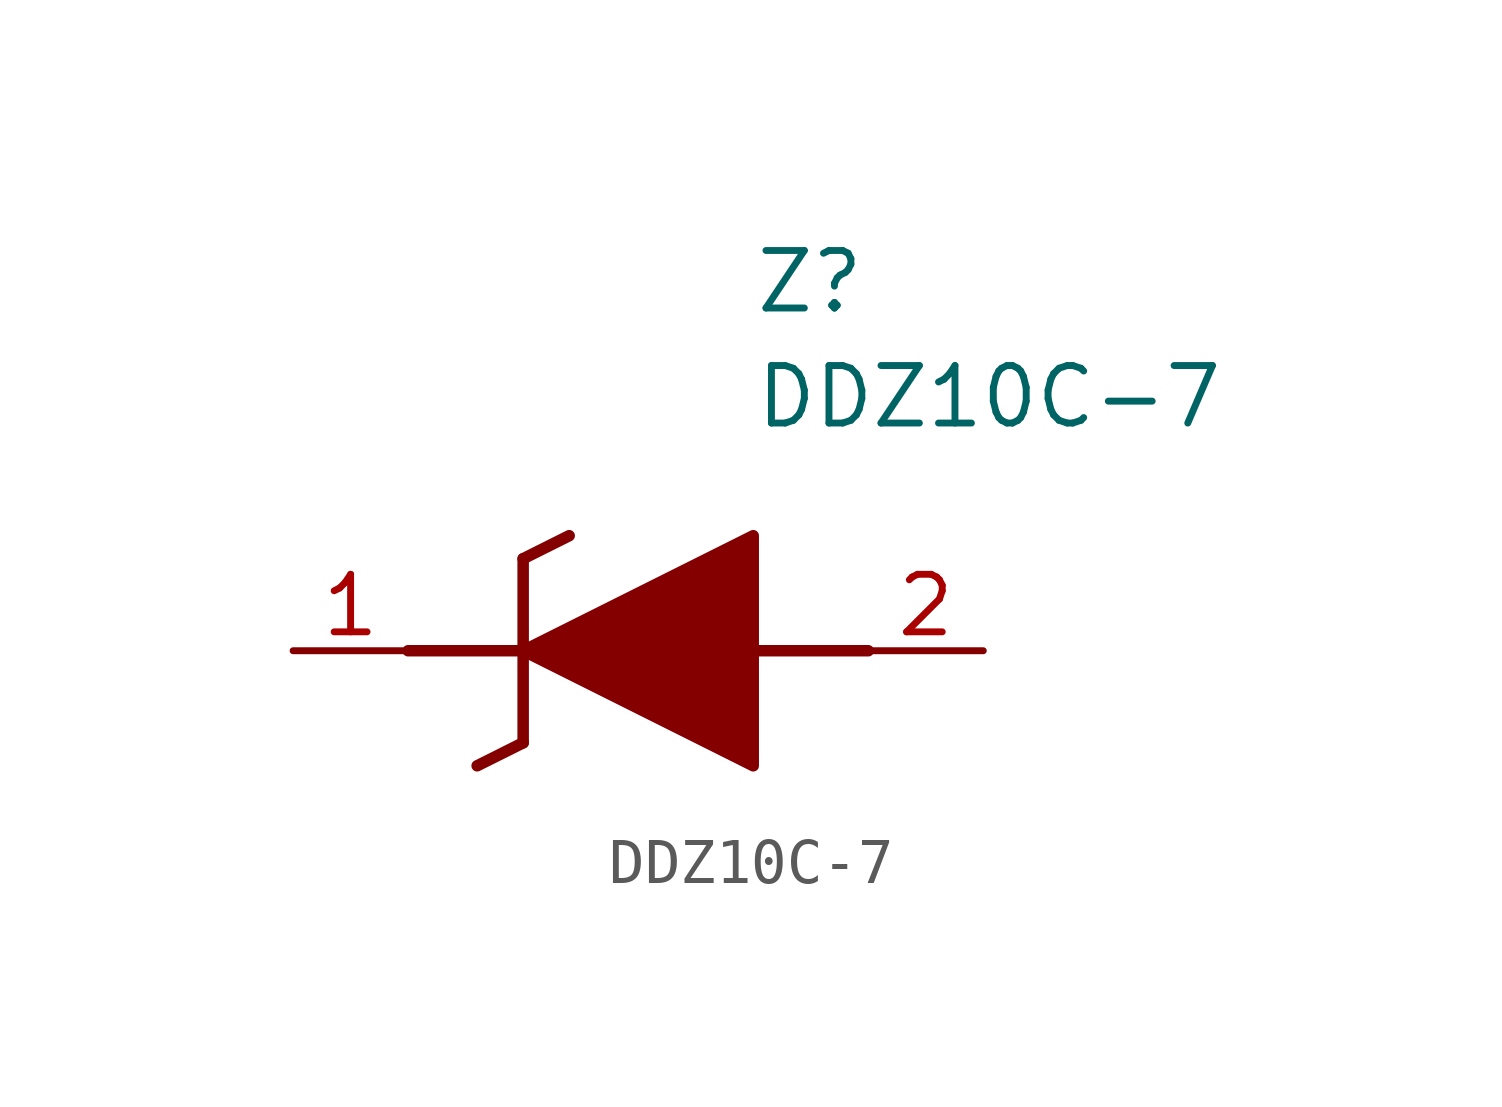
<source format=kicad_sym>
(kicad_symbol_lib
  (version 20211014)
  (generator SamacSys_ECAD_Model)
  (symbol "DDZ10C-7"
    (pin_names hide)
    (property "Reference" "Z"
      (at 10.16 8.89 0)
      (effects (font (size 1.27 1.27)) (justify left top)))
    (property "Value" "DDZ10C-7"
      (at 10.16 6.35 0)
      (effects (font (size 1.27 1.27)) (justify left top)))
    (polyline
      (pts (xy 5.08 2.032) (xy 5.08 -2.032))
      (stroke (width 0.254) (type default))
      (fill (type none)))
    (polyline
      (pts (xy 5.08 2.032) (xy 6.096 2.54))
      (stroke (width 0.254) (type default))
      (fill (type none)))
    (polyline
      (pts (xy 4.064 -2.54) (xy 5.08 -2.032))
      (stroke (width 0.254) (type default))
      (fill (type none)))
    (polyline
      (pts (xy 2.54 0) (xy 5.08 0))
      (stroke (width 0.254) (type default))
      (fill (type none)))
    (polyline
      (pts (xy 12.7 0) (xy 10.16 0))
      (stroke (width 0.254) (type default))
      (fill (type none)))
    (polyline
      (pts (xy 5.08 0) (xy 10.16 2.54) (xy 10.16 -2.54) (xy 5.08 0))
      (stroke (width 0.254) (type default))
      (fill (type outline)))
    (pin passive line
      (at 0 0 0)
      (length 2.54)
      (name "K" (effects (font (size 1.27 1.27))))
      (number "1" (effects (font (size 1.27 1.27)))))
    (pin passive line
      (at 15.24 0 180)
      (length 2.54)
      (name "A" (effects (font (size 1.27 1.27))))
      (number "2" (effects (font (size 1.27 1.27)))))))
</source>
